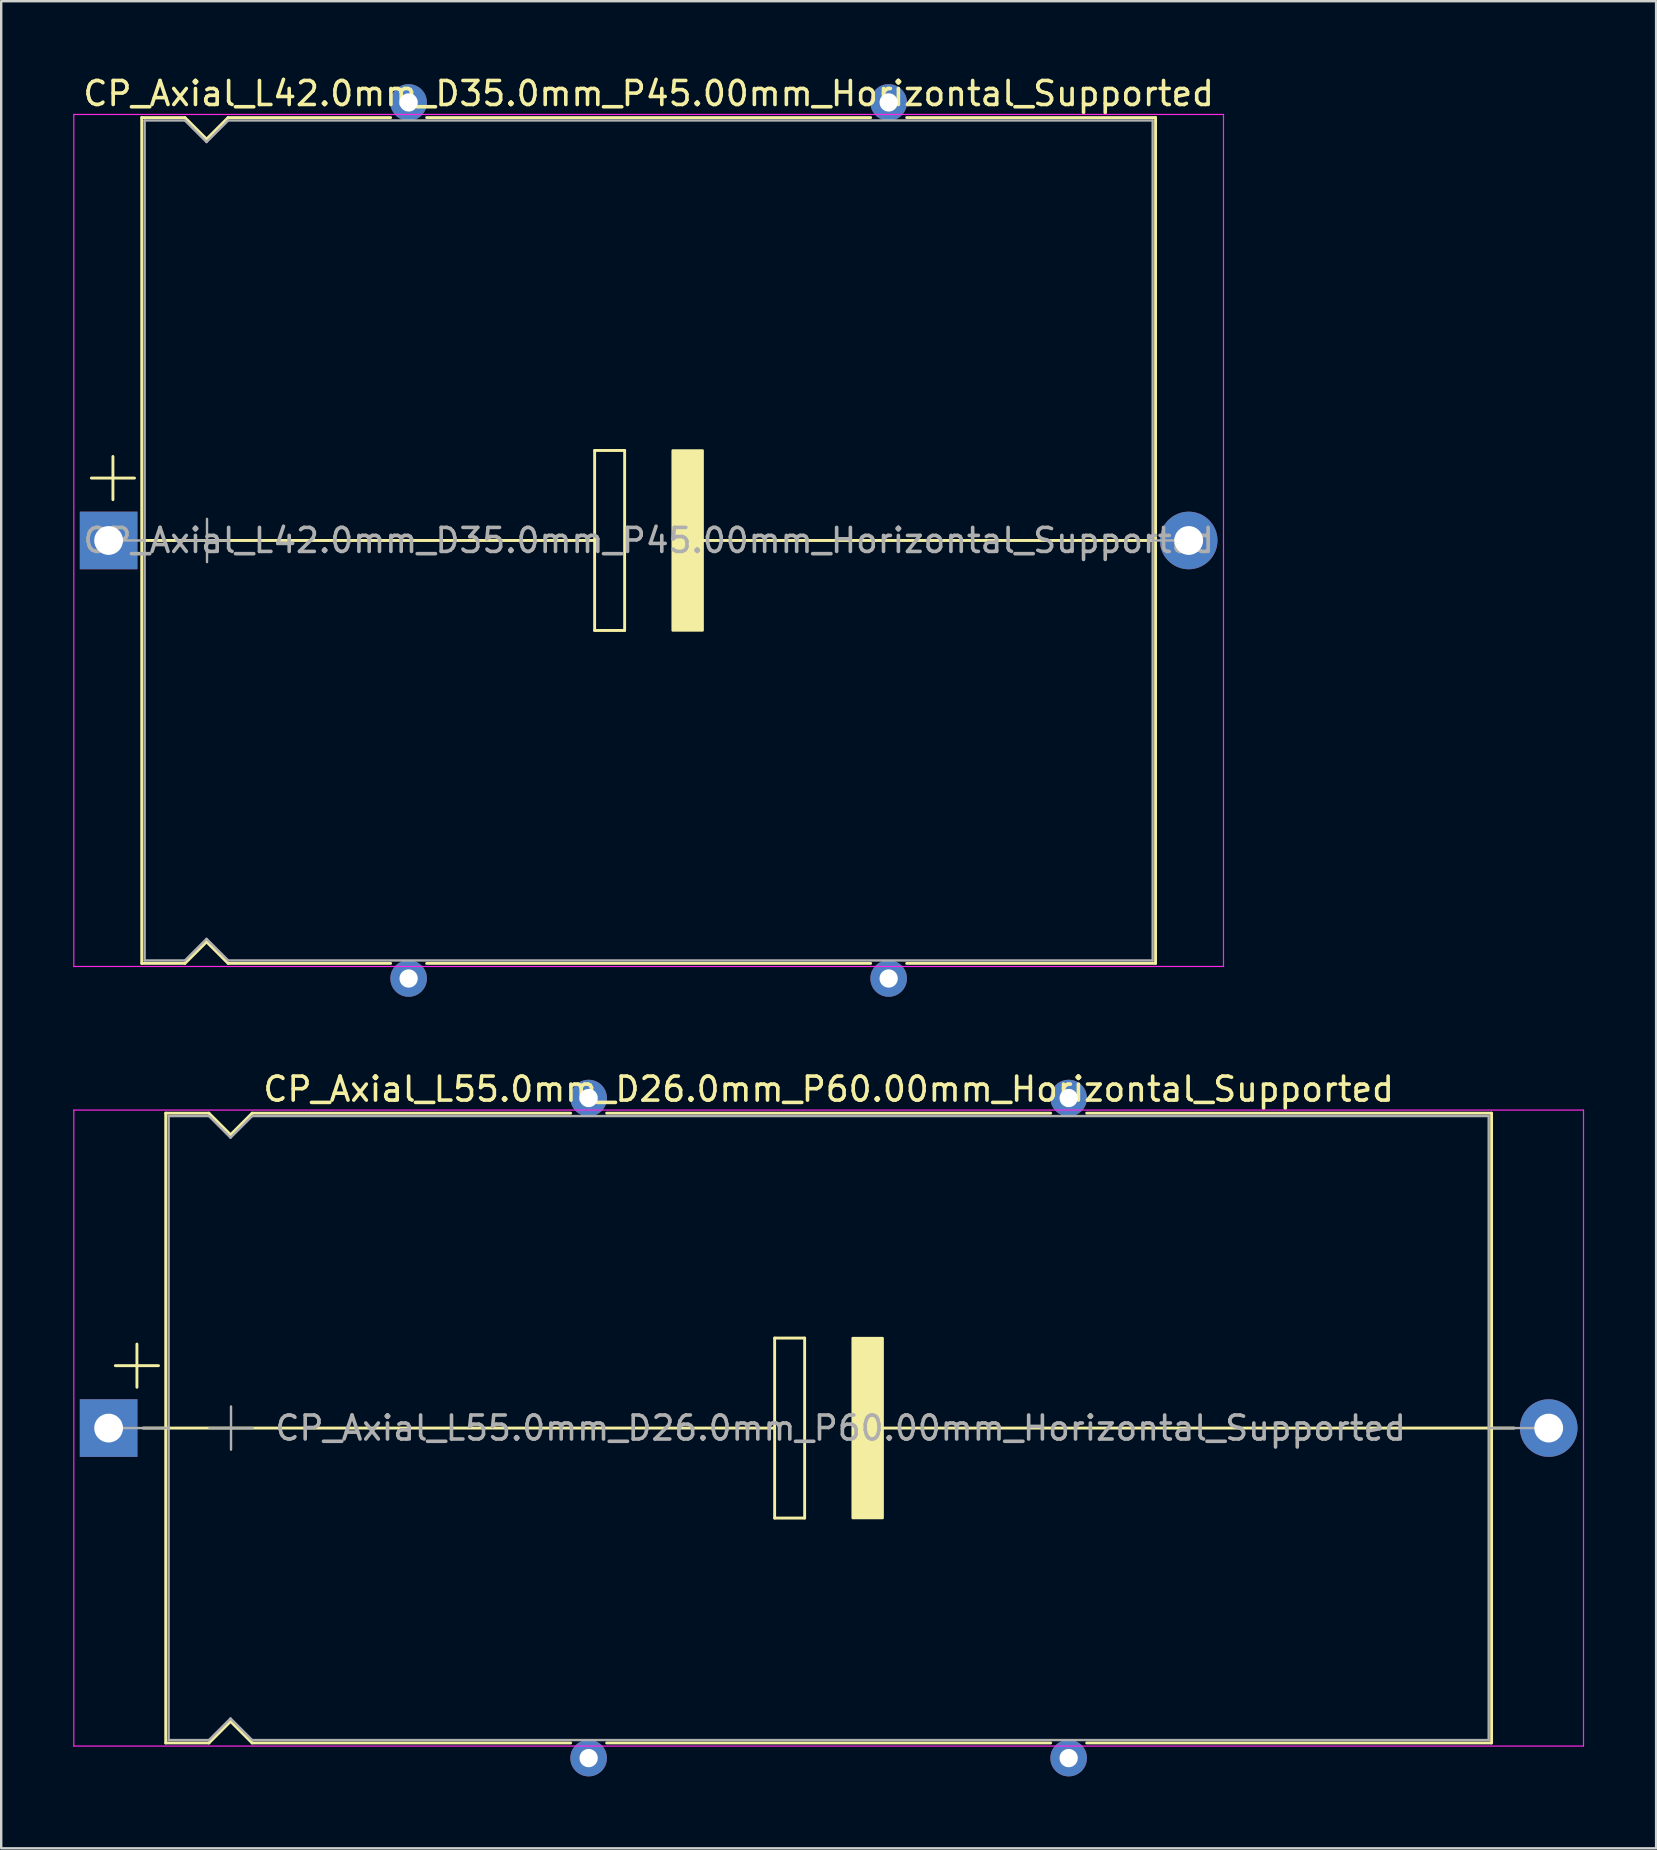
<source format=kicad_pcb>
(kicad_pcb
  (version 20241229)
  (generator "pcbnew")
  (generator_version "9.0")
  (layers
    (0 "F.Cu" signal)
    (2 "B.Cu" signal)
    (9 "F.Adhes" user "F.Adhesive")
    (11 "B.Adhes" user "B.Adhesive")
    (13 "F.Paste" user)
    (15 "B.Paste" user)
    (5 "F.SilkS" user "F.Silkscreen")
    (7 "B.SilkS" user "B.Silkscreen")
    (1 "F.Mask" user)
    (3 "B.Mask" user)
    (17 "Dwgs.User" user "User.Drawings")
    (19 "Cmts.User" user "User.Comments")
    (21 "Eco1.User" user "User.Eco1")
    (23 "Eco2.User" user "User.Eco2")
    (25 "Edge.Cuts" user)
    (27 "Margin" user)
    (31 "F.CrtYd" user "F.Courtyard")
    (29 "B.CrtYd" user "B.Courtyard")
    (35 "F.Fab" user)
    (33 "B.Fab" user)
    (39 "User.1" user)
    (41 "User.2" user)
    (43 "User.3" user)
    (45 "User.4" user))
  (footprint "CP_Axial_L42.0mm_D35.0mm_P45.00mm_Horizontal_Supported"
    (layer "F.Cu")
    (at 1.475 19.468)
    (property "Reference" "CP_Axial_L42.0mm_D35.0mm_P45.00mm_Horizontal_Supported" (at 22.5 -18.62 0) (layer "F.SilkS") (effects (font (size 1 1) (thickness 0.15))))
    (attr through_hole)
    (fp_line (start -0.72 -2.6) (end 1.08 -2.6) (stroke (width 0.12) (type solid)) (layer "F.SilkS"))
    (fp_line (start 0.18 -3.5) (end 0.18 -1.7) (stroke (width 0.12) (type solid)) (layer "F.SilkS"))
    (fp_line (start 1.38 -17.62) (end 1.38 17.62) (stroke (width 0.12) (type solid)) (layer "F.SilkS"))
    (fp_line (start 1.38 -17.62) (end 3.18 -17.62) (stroke (width 0.12) (type solid)) (layer "F.SilkS"))
    (fp_line (start 1.38 17.62) (end 3.18 17.62) (stroke (width 0.12) (type solid)) (layer "F.SilkS"))
    (fp_line (start 1.397 0) (end 20.25 0) (stroke (width 0.12) (type solid)) (layer "F.SilkS"))
    (fp_line (start 3.18 -17.62) (end 4.08 -16.72) (stroke (width 0.12) (type solid)) (layer "F.SilkS"))
    (fp_line (start 3.18 17.62) (end 4.08 16.72) (stroke (width 0.12) (type solid)) (layer "F.SilkS"))
    (fp_line (start 4.08 -16.72) (end 4.98 -17.62) (stroke (width 0.12) (type solid)) (layer "F.SilkS"))
    (fp_line (start 4.08 16.72) (end 4.98 17.62) (stroke (width 0.12) (type solid)) (layer "F.SilkS"))
    (fp_line (start 4.98 -17.62) (end 11.75 -17.62) (stroke (width 0.12) (type solid)) (layer "F.SilkS"))
    (fp_line (start 4.98 17.62) (end 11.75 17.62) (stroke (width 0.12) (type solid)) (layer "F.SilkS"))
    (fp_line (start 13.25 -17.62) (end 31.75 -17.62) (stroke (width 0.12) (type solid)) (layer "F.SilkS"))
    (fp_line (start 13.25 17.62) (end 31.75 17.62) (stroke (width 0.12) (type solid)) (layer "F.SilkS"))
    (fp_line (start 20.25 -3.75) (end 21.5 -3.75) (stroke (width 0.12) (type solid)) (layer "F.SilkS"))
    (fp_line (start 20.25 0) (end 20.25 -3.75) (stroke (width 0.12) (type solid)) (layer "F.SilkS"))
    (fp_line (start 20.25 3.75) (end 20.25 0) (stroke (width 0.12) (type solid)) (layer "F.SilkS"))
    (fp_line (start 21.5 -3.75) (end 21.5 3.75) (stroke (width 0.12) (type solid)) (layer "F.SilkS"))
    (fp_line (start 21.5 3.75) (end 20.25 3.75) (stroke (width 0.12) (type solid)) (layer "F.SilkS"))
    (fp_line (start 24.75 0) (end 43.561 0) (stroke (width 0.12) (type solid)) (layer "F.SilkS"))
    (fp_line (start 33.25 -17.62) (end 43.62 -17.62) (stroke (width 0.12) (type solid)) (layer "F.SilkS"))
    (fp_line (start 33.25 17.62) (end 43.62 17.62) (stroke (width 0.12) (type solid)) (layer "F.SilkS"))
    (fp_line (start 43.62 -17.62) (end 43.62 17.62) (stroke (width 0.12) (type solid)) (layer "F.SilkS"))
    (fp_poly (pts (xy 24.75 3.75) (xy 23.5 3.75) (xy 23.5 -3.75) (xy 24.75 -3.75)) (stroke (width 0.1) (type solid)) (fill yes) (layer "F.SilkS"))
    (fp_line (start -1.45 -17.75) (end -1.45 17.75) (stroke (width 0.05) (type solid)) (layer "F.CrtYd"))
    (fp_line (start -1.45 17.75) (end 46.45 17.75) (stroke (width 0.05) (type solid)) (layer "F.CrtYd"))
    (fp_line (start 46.45 -17.75) (end -1.45 -17.75) (stroke (width 0.05) (type solid)) (layer "F.CrtYd"))
    (fp_line (start 46.45 17.75) (end 46.45 -17.75) (stroke (width 0.05) (type solid)) (layer "F.CrtYd"))
    (fp_line (start 0 0) (end 1.5 0) (stroke (width 0.1) (type solid)) (layer "F.Fab"))
    (fp_line (start 1.5 -17.5) (end 1.5 17.5) (stroke (width 0.1) (type solid)) (layer "F.Fab"))
    (fp_line (start 1.5 -17.5) (end 3.18 -17.5) (stroke (width 0.1) (type solid)) (layer "F.Fab"))
    (fp_line (start 1.5 17.5) (end 3.18 17.5) (stroke (width 0.1) (type solid)) (layer "F.Fab"))
    (fp_line (start 3.18 -17.5) (end 4.08 -16.6) (stroke (width 0.1) (type solid)) (layer "F.Fab"))
    (fp_line (start 3.18 17.5) (end 4.08 16.6) (stroke (width 0.1) (type solid)) (layer "F.Fab"))
    (fp_line (start 3.2 0) (end 5 0) (stroke (width 0.1) (type solid)) (layer "F.Fab"))
    (fp_line (start 4.08 -16.6) (end 4.98 -17.5) (stroke (width 0.1) (type solid)) (layer "F.Fab"))
    (fp_line (start 4.08 16.6) (end 4.98 17.5) (stroke (width 0.1) (type solid)) (layer "F.Fab"))
    (fp_line (start 4.1 -0.9) (end 4.1 0.9) (stroke (width 0.1) (type solid)) (layer "F.Fab"))
    (fp_line (start 4.98 -17.5) (end 43.5 -17.5) (stroke (width 0.1) (type solid)) (layer "F.Fab"))
    (fp_line (start 4.98 17.5) (end 43.5 17.5) (stroke (width 0.1) (type solid)) (layer "F.Fab"))
    (fp_line (start 43.5 -17.5) (end 43.5 17.5) (stroke (width 0.1) (type solid)) (layer "F.Fab"))
    (fp_line (start 45 0) (end 43.5 0) (stroke (width 0.1) (type solid)) (layer "F.Fab"))
    (fp_text user "${REFERENCE}" (at 22.5 0 0) (layer "F.Fab") (effects (font (size 1 1) (thickness 0.15))))
    (pad "" thru_hole circle (at 12.5 -18.25) (size 1.524 1.524) (drill 0.762) (layers "*.Cu" "*.Mask"))
    (pad "" thru_hole circle (at 12.5 18.25) (size 1.524 1.524) (drill 0.762) (layers "*.Cu" "*.Mask"))
    (pad "" thru_hole circle (at 32.5 -18.25) (size 1.524 1.524) (drill 0.762) (layers "*.Cu" "*.Mask"))
    (pad "" thru_hole circle (at 32.5 18.25) (size 1.524 1.524) (drill 0.762) (layers "*.Cu" "*.Mask"))
    (pad "1" thru_hole rect (at 0 0) (size 2.4 2.4) (drill 1.2) (layers "*.Cu" "*.Mask"))
    (pad "2" thru_hole oval (at 45 0) (size 2.4 2.4) (drill 1.2) (layers "*.Cu" "*.Mask")))
  (footprint "CP_Axial_L55.0mm_D26.0mm_P60.00mm_Horizontal_Supported"
    (layer "F.Cu")
    (at 1.475 56.449)
    (property "Reference" "CP_Axial_L55.0mm_D26.0mm_P60.00mm_Horizontal_Supported" (at 30 -14.12 0) (layer "F.SilkS") (effects (font (size 1 1) (thickness 0.15))))
    (attr through_hole)
    (fp_line (start 0.28 -2.6) (end 2.08 -2.6) (stroke (width 0.12) (type solid)) (layer "F.SilkS"))
    (fp_line (start 1.18 -3.5) (end 1.18 -1.7) (stroke (width 0.12) (type solid)) (layer "F.SilkS"))
    (fp_line (start 1.44 0) (end 2.38 0) (stroke (width 0.12) (type solid)) (layer "F.SilkS"))
    (fp_line (start 2.38 -13.12) (end 2.38 13.12) (stroke (width 0.12) (type solid)) (layer "F.SilkS"))
    (fp_line (start 2.38 -13.12) (end 4.18 -13.12) (stroke (width 0.12) (type solid)) (layer "F.SilkS"))
    (fp_line (start 2.38 0) (end 27.75 0) (stroke (width 0.12) (type solid)) (layer "F.SilkS"))
    (fp_line (start 2.38 13.12) (end 4.18 13.12) (stroke (width 0.12) (type solid)) (layer "F.SilkS"))
    (fp_line (start 4.18 -13.12) (end 5.08 -12.22) (stroke (width 0.12) (type solid)) (layer "F.SilkS"))
    (fp_line (start 4.18 13.12) (end 5.08 12.22) (stroke (width 0.12) (type solid)) (layer "F.SilkS"))
    (fp_line (start 5.08 -12.22) (end 5.98 -13.12) (stroke (width 0.12) (type solid)) (layer "F.SilkS"))
    (fp_line (start 5.08 12.22) (end 5.98 13.12) (stroke (width 0.12) (type solid)) (layer "F.SilkS"))
    (fp_line (start 5.98 -13.12) (end 19.25 -13.12) (stroke (width 0.12) (type solid)) (layer "F.SilkS"))
    (fp_line (start 5.98 13.12) (end 19.25 13.12) (stroke (width 0.12) (type solid)) (layer "F.SilkS"))
    (fp_line (start 20.75 -13.12) (end 39.25 -13.12) (stroke (width 0.12) (type solid)) (layer "F.SilkS"))
    (fp_line (start 20.75 13.12) (end 39.25 13.12) (stroke (width 0.12) (type solid)) (layer "F.SilkS"))
    (fp_line (start 27.75 -3.75) (end 29 -3.75) (stroke (width 0.12) (type solid)) (layer "F.SilkS"))
    (fp_line (start 27.75 0) (end 27.75 -3.75) (stroke (width 0.12) (type solid)) (layer "F.SilkS"))
    (fp_line (start 27.75 3.75) (end 27.75 0) (stroke (width 0.12) (type solid)) (layer "F.SilkS"))
    (fp_line (start 29 -3.75) (end 29 3.75) (stroke (width 0.12) (type solid)) (layer "F.SilkS"))
    (fp_line (start 29 3.75) (end 27.75 3.75) (stroke (width 0.12) (type solid)) (layer "F.SilkS"))
    (fp_line (start 31.75 0) (end 57.62 0) (stroke (width 0.12) (type solid)) (layer "F.SilkS"))
    (fp_line (start 40.75 -13.12) (end 57.62 -13.12) (stroke (width 0.12) (type solid)) (layer "F.SilkS"))
    (fp_line (start 40.75 13.12) (end 57.62 13.12) (stroke (width 0.12) (type solid)) (layer "F.SilkS"))
    (fp_line (start 57.62 -13.12) (end 57.62 13.12) (stroke (width 0.12) (type solid)) (layer "F.SilkS"))
    (fp_line (start 58.56 0) (end 57.62 0) (stroke (width 0.12) (type solid)) (layer "F.SilkS"))
    (fp_poly (pts (xy 32.25 3.75) (xy 31 3.75) (xy 31 -3.75) (xy 32.25 -3.75)) (stroke (width 0.1) (type solid)) (fill yes) (layer "F.SilkS"))
    (fp_line (start -1.45 -13.25) (end -1.45 13.25) (stroke (width 0.05) (type solid)) (layer "F.CrtYd"))
    (fp_line (start -1.45 13.25) (end 61.45 13.25) (stroke (width 0.05) (type solid)) (layer "F.CrtYd"))
    (fp_line (start 61.45 -13.25) (end -1.45 -13.25) (stroke (width 0.05) (type solid)) (layer "F.CrtYd"))
    (fp_line (start 61.45 13.25) (end 61.45 -13.25) (stroke (width 0.05) (type solid)) (layer "F.CrtYd"))
    (fp_line (start 0 0) (end 2.5 0) (stroke (width 0.1) (type solid)) (layer "F.Fab"))
    (fp_line (start 2.5 -13) (end 2.5 13) (stroke (width 0.1) (type solid)) (layer "F.Fab"))
    (fp_line (start 2.5 -13) (end 4.18 -13) (stroke (width 0.1) (type solid)) (layer "F.Fab"))
    (fp_line (start 2.5 13) (end 4.18 13) (stroke (width 0.1) (type solid)) (layer "F.Fab"))
    (fp_line (start 4.18 -13) (end 5.08 -12.1) (stroke (width 0.1) (type solid)) (layer "F.Fab"))
    (fp_line (start 4.18 13) (end 5.08 12.1) (stroke (width 0.1) (type solid)) (layer "F.Fab"))
    (fp_line (start 4.2 0) (end 6 0) (stroke (width 0.1) (type solid)) (layer "F.Fab"))
    (fp_line (start 5.08 -12.1) (end 5.98 -13) (stroke (width 0.1) (type solid)) (layer "F.Fab"))
    (fp_line (start 5.08 12.1) (end 5.98 13) (stroke (width 0.1) (type solid)) (layer "F.Fab"))
    (fp_line (start 5.1 -0.9) (end 5.1 0.9) (stroke (width 0.1) (type solid)) (layer "F.Fab"))
    (fp_line (start 5.98 -13) (end 57.5 -13) (stroke (width 0.1) (type solid)) (layer "F.Fab"))
    (fp_line (start 5.98 13) (end 57.5 13) (stroke (width 0.1) (type solid)) (layer "F.Fab"))
    (fp_line (start 57.5 -13) (end 57.5 13) (stroke (width 0.1) (type solid)) (layer "F.Fab"))
    (fp_line (start 60 0) (end 57.5 0) (stroke (width 0.1) (type solid)) (layer "F.Fab"))
    (fp_text user "${REFERENCE}" (at 30.5 0 0) (layer "F.Fab") (effects (font (size 1 1) (thickness 0.15))))
    (pad "" thru_hole circle (at 20 -13.75) (size 1.524 1.524) (drill 0.762) (layers "*.Cu" "*.Mask"))
    (pad "" thru_hole circle (at 20 13.75) (size 1.524 1.524) (drill 0.762) (layers "*.Cu" "*.Mask"))
    (pad "" thru_hole circle (at 40 -13.75) (size 1.524 1.524) (drill 0.762) (layers "*.Cu" "*.Mask"))
    (pad "" thru_hole circle (at 40 13.75) (size 1.524 1.524) (drill 0.762) (layers "*.Cu" "*.Mask"))
    (pad "1" thru_hole rect (at 0 0) (size 2.4 2.4) (drill 1.2) (layers "*.Cu" "*.Mask"))
    (pad "2" thru_hole oval (at 60 0) (size 2.4 2.4) (drill 1.2) (layers "*.Cu" "*.Mask")))
  (gr_rect
    (start -3 -3)
    (end 65.95 73.96)
    (stroke (width 0.1) (type default))
    (fill no)
    (layer "Edge.Cuts")))
</source>
